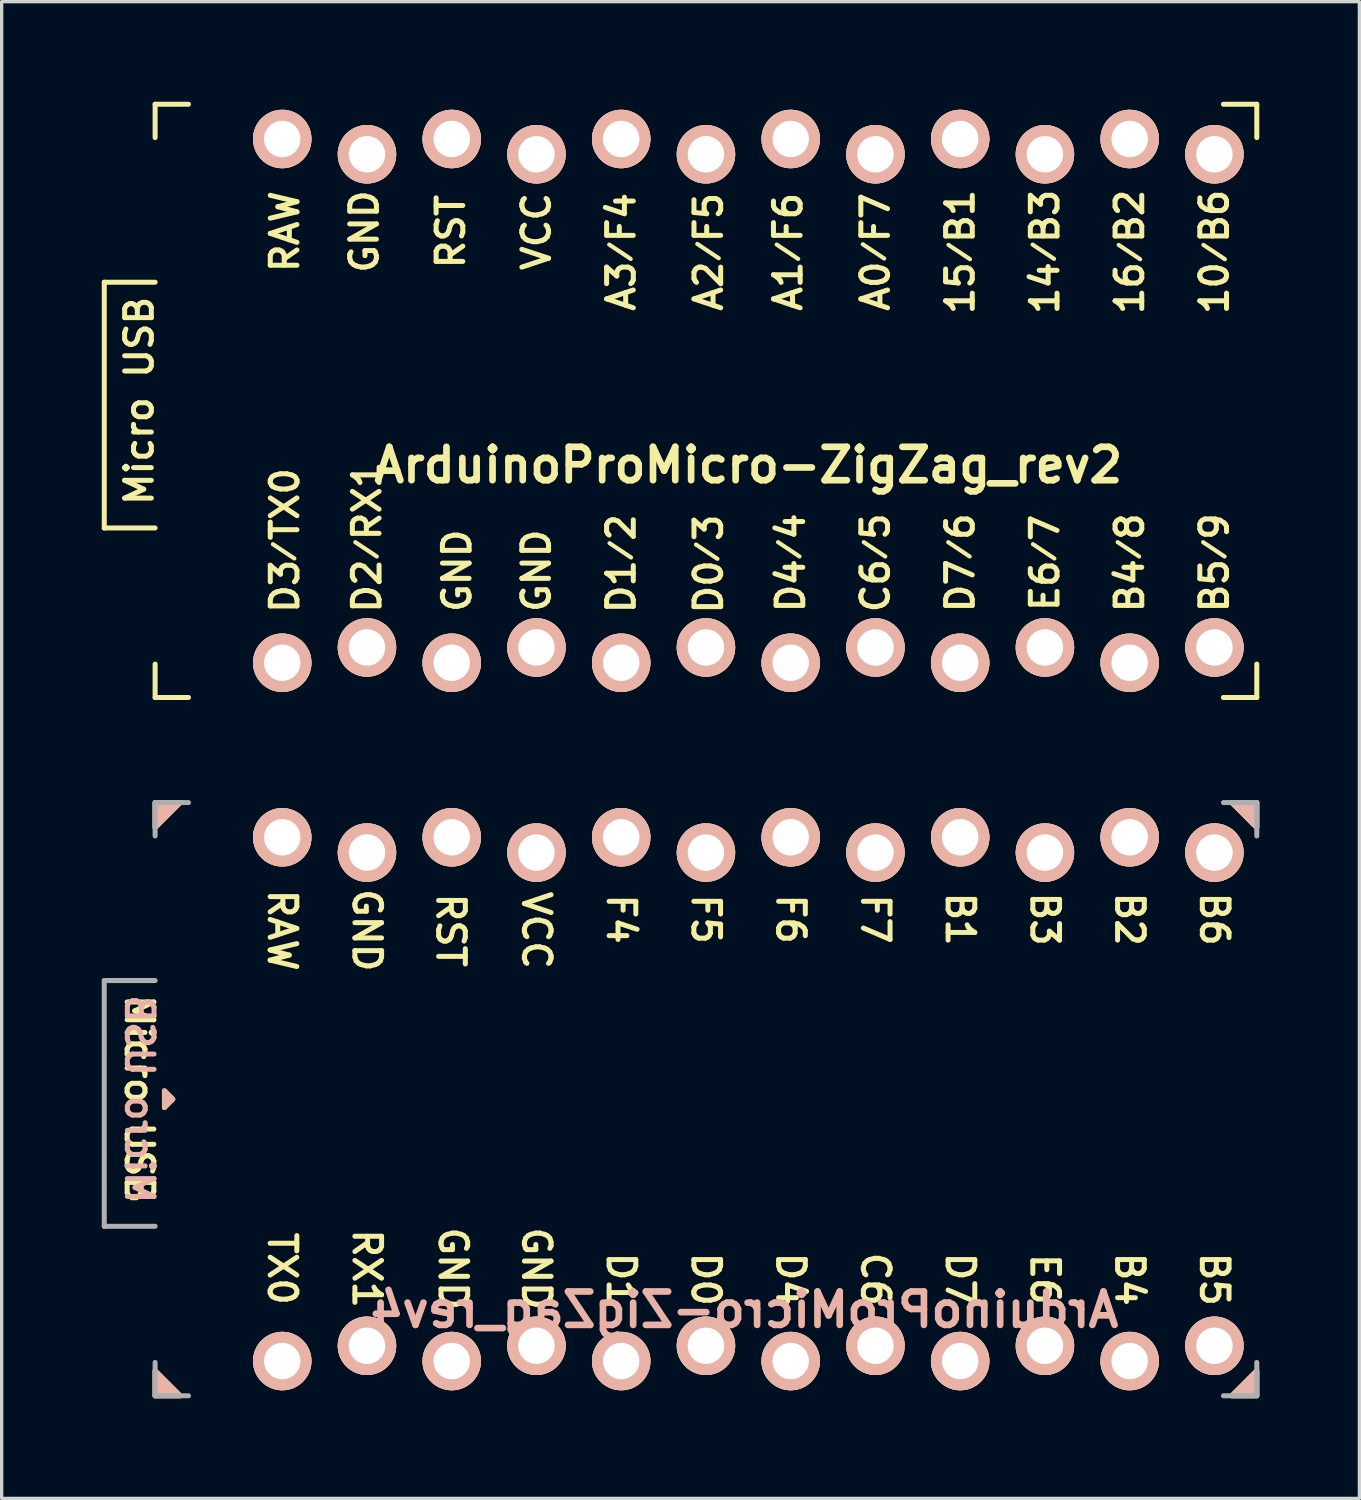
<source format=kicad_pcb>
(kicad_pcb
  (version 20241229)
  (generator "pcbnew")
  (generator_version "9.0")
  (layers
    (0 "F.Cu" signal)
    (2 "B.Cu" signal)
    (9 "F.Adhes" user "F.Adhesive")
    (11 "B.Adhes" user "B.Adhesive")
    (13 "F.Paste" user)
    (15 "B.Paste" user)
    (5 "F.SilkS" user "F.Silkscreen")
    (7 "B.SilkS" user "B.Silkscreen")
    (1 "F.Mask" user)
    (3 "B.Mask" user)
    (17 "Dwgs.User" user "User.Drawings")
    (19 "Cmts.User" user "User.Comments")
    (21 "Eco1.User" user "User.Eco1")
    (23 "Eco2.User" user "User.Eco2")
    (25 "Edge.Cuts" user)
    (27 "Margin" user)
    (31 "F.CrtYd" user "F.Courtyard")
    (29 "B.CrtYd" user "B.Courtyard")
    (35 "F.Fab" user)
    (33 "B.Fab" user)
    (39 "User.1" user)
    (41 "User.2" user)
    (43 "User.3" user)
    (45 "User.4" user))
  (footprint "ArduinoProMicro-ZigZag_rev4"
    (layer "F.Cu")
    (at 19.379 29.895)
    (property "Reference" "ArduinoProMicro-ZigZag_rev4" (at -0.118 6.312 0) (layer "B.SilkS") (effects (font (size 1 1) (thickness 0.2)) (justify mirror)))
    (attr through_hole)
    (fp_poly (pts (xy -17.78 -8.89) (xy -17.78 -8.14) (xy -17.03 -8.89)) (stroke (width 0.15) (type solid)) (fill yes) (layer "F.SilkS"))
    (fp_poly (pts (xy -17.78 8.89) (xy -17.78 8.14) (xy -17.03 8.89)) (stroke (width 0.15) (type solid)) (fill yes) (layer "F.SilkS"))
    (fp_poly (pts (xy -17.5 -0.25) (xy -17.5 0.25) (xy -17.25 0)) (stroke (width 0.15) (type solid)) (fill yes) (layer "F.SilkS"))
    (fp_poly (pts (xy 14.49 -8.89) (xy 15.24 -8.89) (xy 15.24 -8.14)) (stroke (width 0.15) (type solid)) (fill yes) (layer "F.SilkS"))
    (fp_poly (pts (xy 15.24 8.14) (xy 15.24 8.89) (xy 14.49 8.89)) (stroke (width 0.15) (type solid)) (fill yes) (layer "F.SilkS"))
    (fp_poly (pts (xy -17.78 -8.89) (xy -17.78 -8.14) (xy -17.03 -8.89)) (stroke (width 0.15) (type solid)) (fill yes) (layer "B.SilkS"))
    (fp_poly (pts (xy -17.78 8.14) (xy -17.78 8.89) (xy -17.03 8.89)) (stroke (width 0.15) (type solid)) (fill yes) (layer "B.SilkS"))
    (fp_poly (pts (xy -17.5 -0.25) (xy -17.5 0.25) (xy -17.25 0)) (stroke (width 0.15) (type solid)) (fill yes) (layer "B.SilkS"))
    (fp_poly (pts (xy 15.24 -8.89) (xy 15.24 -8.14) (xy 14.49 -8.89)) (stroke (width 0.15) (type solid)) (fill yes) (layer "B.SilkS"))
    (fp_poly (pts (xy 15.24 8.14) (xy 15.24 8.89) (xy 14.49 8.89)) (stroke (width 0.15) (type solid)) (fill yes) (layer "B.SilkS"))
    (fp_line (start -19.304 -3.556) (end -17.78 -3.556) (stroke (width 0.15) (type solid)) (layer "F.Fab"))
    (fp_line (start -19.304 3.81) (end -19.304 -3.556) (stroke (width 0.15) (type solid)) (layer "F.Fab"))
    (fp_line (start -17.78 -8.89) (end -17.78 -7.89) (stroke (width 0.15) (type solid)) (layer "F.Fab"))
    (fp_line (start -17.78 -8.89) (end -16.78 -8.89) (stroke (width 0.15) (type solid)) (layer "F.Fab"))
    (fp_line (start -17.78 3.81) (end -19.304 3.81) (stroke (width 0.15) (type solid)) (layer "F.Fab"))
    (fp_line (start -17.78 7.89) (end -17.78 8.89) (stroke (width 0.15) (type solid)) (layer "F.Fab"))
    (fp_line (start -17.78 8.89) (end -16.78 8.89) (stroke (width 0.15) (type solid)) (layer "F.Fab"))
    (fp_line (start 15.24 -8.89) (end 14.24 -8.89) (stroke (width 0.15) (type solid)) (layer "F.Fab"))
    (fp_line (start 15.24 -8.89) (end 15.24 -7.89) (stroke (width 0.15) (type solid)) (layer "F.Fab"))
    (fp_line (start 15.24 8.89) (end 14.24 8.89) (stroke (width 0.15) (type solid)) (layer "F.Fab"))
    (fp_line (start 15.24 8.89) (end 15.24 7.89) (stroke (width 0.15) (type solid)) (layer "F.Fab"))
    (fp_text user "F4" (at -3.81 -5.397 270) (unlocked yes) (layer "F.SilkS") (effects (font (size 0.8 0.8) (thickness 0.15))))
    (fp_text user "F6" (at 1.27 -5.397 270) (unlocked yes) (layer "F.SilkS") (effects (font (size 0.8 0.8) (thickness 0.15))))
    (fp_text user "B6" (at 13.97 -5.397 270) (unlocked yes) (layer "F.SilkS") (effects (font (size 0.8 0.8) (thickness 0.15))))
    (fp_text user "GND" (at -11.43 -5.062 270) (unlocked yes) (layer "F.SilkS") (effects (font (size 0.8 0.8) (thickness 0.15))))
    (fp_text user "B2" (at 11.43 -5.397 270) (unlocked yes) (layer "F.SilkS") (effects (font (size 0.8 0.8) (thickness 0.15))))
    (fp_text user "GND" (at -6.35 5.08 270) (unlocked yes) (layer "F.SilkS") (effects (font (size 0.8 0.8) (thickness 0.15))))
    (fp_text user "GND" (at -8.849 5.08 270) (unlocked yes) (layer "F.SilkS") (effects (font (size 0.8 0.8) (thickness 0.15))))
    (fp_text user "RX1" (at -11.43 5.08 270) (unlocked yes) (layer "F.SilkS") (effects (font (size 0.8 0.8) (thickness 0.15))))
    (fp_text user "D1" (at -3.81 5.397 270) (unlocked yes) (layer "F.SilkS") (effects (font (size 0.8 0.8) (thickness 0.15))))
    (fp_text user "D0" (at -1.27 5.397 270) (unlocked yes) (layer "F.SilkS") (effects (font (size 0.8 0.8) (thickness 0.15))))
    (fp_text user "VCC" (at -6.35 -5.062 270) (unlocked yes) (layer "F.SilkS") (effects (font (size 0.8 0.8) (thickness 0.15))))
    (fp_text user "RST" (at -8.92 -5.062 270) (unlocked yes) (layer "F.SilkS") (effects (font (size 0.8 0.8) (thickness 0.15))))
    (fp_text user "E6" (at 8.89 5.397 270) (unlocked yes) (layer "F.SilkS") (effects (font (size 0.8 0.8) (thickness 0.15))))
    (fp_text user "C6" (at 3.81 5.397 270) (unlocked yes) (layer "F.SilkS") (effects (font (size 0.8 0.8) (thickness 0.15))))
    (fp_text user "B1" (at 6.35 -5.397 270) (unlocked yes) (layer "F.SilkS") (effects (font (size 0.8 0.8) (thickness 0.15))))
    (fp_text user "RAW" (at -13.97 -5.062 270) (unlocked yes) (layer "F.SilkS") (effects (font (size 0.8 0.8) (thickness 0.15))))
    (fp_text user "D4" (at 1.27 5.397 270) (unlocked yes) (layer "F.SilkS") (effects (font (size 0.8 0.8) (thickness 0.15))))
    (fp_text user "B4" (at 11.43 5.397 270) (unlocked yes) (layer "F.SilkS") (effects (font (size 0.8 0.8) (thickness 0.15))))
    (fp_text user "F7" (at 3.81 -5.397 270) (unlocked yes) (layer "F.SilkS") (effects (font (size 0.8 0.8) (thickness 0.15))))
    (fp_text user "F5" (at -1.27 -5.397 270) (unlocked yes) (layer "F.SilkS") (effects (font (size 0.8 0.8) (thickness 0.15))))
    (fp_text user "D7" (at 6.35 5.397 270) (unlocked yes) (layer "F.SilkS") (effects (font (size 0.8 0.8) (thickness 0.15))))
    (fp_text user "TX0" (at -13.97 5.08 270) (unlocked yes) (layer "F.SilkS") (effects (font (size 0.8 0.8) (thickness 0.15))))
    (fp_text user "Micro USB" (at -18.256 0 270) (unlocked yes) (layer "F.SilkS") (effects (font (size 0.8 0.8) (thickness 0.15))))
    (fp_text user "B3" (at 8.89 -5.397 270) (unlocked yes) (layer "F.SilkS") (effects (font (size 0.8 0.8) (thickness 0.15))))
    (fp_text user "B5" (at 13.97 5.397 270) (unlocked yes) (layer "F.SilkS") (effects (font (size 0.8 0.8) (thickness 0.15))))
    (fp_text user "Micro USB" (at -18.25 0 270) (unlocked yes) (layer "B.SilkS") (effects (font (size 0.8 0.8) (thickness 0.15)) (justify mirror)))
    (pad "1" thru_hole circle (at -13.97 7.849) (size 1.753 1.753) (drill 1.092) (layers "*.Cu" "*.SilkS" "*.Mask"))
    (pad "2" thru_hole circle (at -11.43 7.391) (size 1.753 1.753) (drill 1.092) (layers "*.Cu" "*.SilkS" "*.Mask"))
    (pad "3" thru_hole circle (at -8.89 7.849) (size 1.753 1.753) (drill 1.092) (layers "*.Cu" "*.SilkS" "*.Mask"))
    (pad "4" thru_hole circle (at -6.35 7.391) (size 1.753 1.753) (drill 1.092) (layers "*.Cu" "*.SilkS" "*.Mask"))
    (pad "5" thru_hole circle (at -3.81 7.849) (size 1.753 1.753) (drill 1.092) (layers "*.Cu" "*.SilkS" "*.Mask"))
    (pad "6" thru_hole circle (at -1.27 7.391) (size 1.753 1.753) (drill 1.092) (layers "*.Cu" "*.SilkS" "*.Mask"))
    (pad "7" thru_hole circle (at 1.27 7.849) (size 1.753 1.753) (drill 1.092) (layers "*.Cu" "*.SilkS" "*.Mask"))
    (pad "8" thru_hole circle (at 3.81 7.391) (size 1.753 1.753) (drill 1.092) (layers "*.Cu" "*.SilkS" "*.Mask"))
    (pad "9" thru_hole circle (at 6.35 7.849) (size 1.753 1.753) (drill 1.092) (layers "*.Cu" "*.SilkS" "*.Mask"))
    (pad "10" thru_hole circle (at 8.89 7.391) (size 1.753 1.753) (drill 1.092) (layers "*.Cu" "*.SilkS" "*.Mask"))
    (pad "11" thru_hole circle (at 11.43 7.849) (size 1.753 1.753) (drill 1.092) (layers "*.Cu" "*.SilkS" "*.Mask"))
    (pad "12" thru_hole circle (at 13.97 7.391) (size 1.753 1.753) (drill 1.092) (layers "*.Cu" "*.SilkS" "*.Mask"))
    (pad "13" thru_hole circle (at 13.97 -7.391) (size 1.753 1.753) (drill 1.092) (layers "*.Cu" "*.SilkS" "*.Mask"))
    (pad "14" thru_hole circle (at 11.43 -7.849) (size 1.753 1.753) (drill 1.092) (layers "*.Cu" "*.SilkS" "*.Mask"))
    (pad "15" thru_hole circle (at 8.89 -7.391) (size 1.753 1.753) (drill 1.092) (layers "*.Cu" "*.SilkS" "*.Mask"))
    (pad "16" thru_hole circle (at 6.35 -7.849) (size 1.753 1.753) (drill 1.092) (layers "*.Cu" "*.SilkS" "*.Mask"))
    (pad "17" thru_hole circle (at 3.81 -7.391) (size 1.753 1.753) (drill 1.092) (layers "*.Cu" "*.SilkS" "*.Mask"))
    (pad "18" thru_hole circle (at 1.27 -7.849) (size 1.753 1.753) (drill 1.092) (layers "*.Cu" "*.SilkS" "*.Mask"))
    (pad "19" thru_hole circle (at -1.27 -7.391) (size 1.753 1.753) (drill 1.092) (layers "*.Cu" "*.SilkS" "*.Mask"))
    (pad "20" thru_hole circle (at -3.81 -7.849) (size 1.753 1.753) (drill 1.092) (layers "*.Cu" "*.SilkS" "*.Mask"))
    (pad "21" thru_hole circle (at -6.35 -7.391) (size 1.753 1.753) (drill 1.092) (layers "*.Cu" "*.SilkS" "*.Mask"))
    (pad "22" thru_hole circle (at -8.89 -7.849) (size 1.753 1.753) (drill 1.092) (layers "*.Cu" "*.SilkS" "*.Mask"))
    (pad "23" thru_hole circle (at -11.43 -7.391) (size 1.753 1.753) (drill 1.092) (layers "*.Cu" "*.SilkS" "*.Mask"))
    (pad "24" thru_hole circle (at -13.97 -7.849) (size 1.753 1.753) (drill 1.092) (layers "*.Cu" "*.SilkS" "*.Mask")))
  (footprint "ArduinoProMicro-ZigZag_rev2"
    (layer "F.Cu")
    (at 19.379 8.965)
    (property "Reference" "ArduinoProMicro-ZigZag_rev2" (at 0 1.925 0) (layer "F.SilkS") (effects (font (size 1 1) (thickness 0.2))))
    (attr through_hole)
    (fp_line (start -19.304 -3.556) (end -17.78 -3.556) (stroke (width 0.15) (type solid)) (layer "F.SilkS"))
    (fp_line (start -19.304 3.81) (end -19.304 -3.556) (stroke (width 0.15) (type solid)) (layer "F.SilkS"))
    (fp_line (start -17.78 -8.89) (end -17.78 -7.89) (stroke (width 0.15) (type solid)) (layer "F.SilkS"))
    (fp_line (start -17.78 -8.89) (end -16.78 -8.89) (stroke (width 0.15) (type solid)) (layer "F.SilkS"))
    (fp_line (start -17.78 3.81) (end -19.304 3.81) (stroke (width 0.15) (type solid)) (layer "F.SilkS"))
    (fp_line (start -17.78 7.89) (end -17.78 8.89) (stroke (width 0.15) (type solid)) (layer "F.SilkS"))
    (fp_line (start -17.78 8.89) (end -16.78 8.89) (stroke (width 0.15) (type solid)) (layer "F.SilkS"))
    (fp_line (start 15.24 -8.89) (end 14.24 -8.89) (stroke (width 0.15) (type solid)) (layer "F.SilkS"))
    (fp_line (start 15.24 -8.89) (end 15.24 -7.89) (stroke (width 0.15) (type solid)) (layer "F.SilkS"))
    (fp_line (start 15.24 8.89) (end 14.24 8.89) (stroke (width 0.15) (type solid)) (layer "F.SilkS"))
    (fp_line (start 15.24 8.89) (end 15.24 7.89) (stroke (width 0.15) (type solid)) (layer "F.SilkS"))
    (fp_text user "GND    " (at -8.731 3.872 90) (layer "F.SilkS") (effects (font (size 0.8 0.8) (thickness 0.15))))
    (fp_text user "D7 6    " (at 6.35 3.635 90) (layer "F.SilkS") (effects (font (size 0.8 0.8) (thickness 0.15))))
    (fp_text user "D4 4    " (at 1.27 3.635 90) (layer "F.SilkS") (effects (font (size 0.8 0.8) (thickness 0.15))))
    (fp_text user "A3 F4" (at -3.81 -4.466 90) (layer "F.SilkS") (effects (font (size 0.8 0.8) (thickness 0.15))))
    (fp_text user "/" (at 6.29 4.45 90) (layer "F.SilkS") (effects (font (size 0.5 0.5) (thickness 0.125))))
    (fp_text user "  GND" (at -11.509 -4.466 90) (layer "F.SilkS") (effects (font (size 0.8 0.8) (thickness 0.15))))
    (fp_text user "B5 9    " (at 13.97 3.635 90) (layer "F.SilkS") (effects (font (size 0.8 0.8) (thickness 0.15))))
    (fp_text user "E6 7    " (at 8.89 3.635 90) (layer "F.SilkS") (effects (font (size 0.8 0.8) (thickness 0.15))))
    (fp_text user "/" (at 3.73 -4.48 90) (layer "F.SilkS") (effects (font (size 0.5 0.5) (thickness 0.125))))
    (fp_text user "  RST" (at -8.92 -4.466 90) (layer "F.SilkS") (effects (font (size 0.8 0.8) (thickness 0.15))))
    (fp_text user "/" (at -3.87 -4.47 90) (layer "F.SilkS") (effects (font (size 0.5 0.5) (thickness 0.125))))
    (fp_text user "D0 3" (at -1.191 4.89 90) (layer "F.SilkS") (effects (font (size 0.8 0.8) (thickness 0.15))))
    (fp_text user "D2 RX1  " (at -11.43 3.475 90) (layer "F.SilkS") (effects (font (size 0.8 0.8) (thickness 0.15))))
    (fp_text user "  RAW" (at -13.891 -4.466 90) (layer "F.SilkS") (effects (font (size 0.8 0.8) (thickness 0.15))))
    (fp_text user "D3 TX0  " (at -13.891 3.575 90) (layer "F.SilkS") (effects (font (size 0.8 0.8) (thickness 0.15))))
    (fp_text user "/" (at 8.83 4.51 90) (layer "F.SilkS") (effects (font (size 0.5 0.5) (thickness 0.125))))
    (fp_text user "  VCC" (at -6.35 -4.466 90) (layer "F.SilkS") (effects (font (size 0.8 0.8) (thickness 0.15))))
    (fp_text user "/" (at 11.37 4.45 90) (layer "F.SilkS") (effects (font (size 0.5 0.5) (thickness 0.125))))
    (fp_text user "/" (at 6.3 -4.46 90) (layer "F.SilkS") (effects (font (size 0.5 0.5) (thickness 0.125))))
    (fp_text user "A2 F5" (at -1.191 -4.466 90) (layer "F.SilkS") (effects (font (size 0.8 0.8) (thickness 0.15))))
    (fp_text user "/" (at 13.94 -4.46 90) (layer "F.SilkS") (effects (font (size 0.5 0.5) (thickness 0.125))))
    (fp_text user "C6 5    " (at 3.81 3.635 90) (layer "F.SilkS") (effects (font (size 0.8 0.8) (thickness 0.15))))
    (fp_text user "A1 F6" (at 1.191 -4.466 90) (layer "F.SilkS") (effects (font (size 0.8 0.8) (thickness 0.15))))
    (fp_text user "Micro USB" (at -18.256 0 90) (layer "F.SilkS") (effects (font (size 0.8 0.8) (thickness 0.15))))
    (fp_text user "/" (at -3.86 4.48 90) (layer "F.SilkS") (effects (font (size 0.5 0.5) (thickness 0.125))))
    (fp_text user "GND    " (at -6.35 3.872 90) (layer "F.SilkS") (effects (font (size 0.8 0.8) (thickness 0.15))))
    (fp_text user "/" (at -1.23 -4.49 90) (layer "F.SilkS") (effects (font (size 0.5 0.5) (thickness 0.125))))
    (fp_text user "/" (at 13.93 4.45 90) (layer "F.SilkS") (effects (font (size 0.5 0.5) (thickness 0.125))))
    (fp_text user "D1 2" (at -3.81 4.88 90) (layer "F.SilkS") (effects (font (size 0.8 0.8) (thickness 0.15))))
    (fp_text user "/" (at 3.76 4.45 90) (layer "F.SilkS") (effects (font (size 0.5 0.5) (thickness 0.125))))
    (fp_text user "B4 8    " (at 11.43 3.635 90) (layer "F.SilkS") (effects (font (size 0.8 0.8) (thickness 0.15))))
    (fp_text user "A0 F7" (at 3.81 -4.466 90) (layer "F.SilkS") (effects (font (size 0.8 0.8) (thickness 0.15))))
    (fp_text user "/" (at -11.48 4.45 90) (layer "F.SilkS") (effects (font (size 0.5 0.5) (thickness 0.125))))
    (fp_text user "16 B2" (at 11.43 -4.466 90) (layer "F.SilkS") (effects (font (size 0.8 0.8) (thickness 0.15))))
    (fp_text user "14 B3" (at 8.89 -4.466 90) (layer "F.SilkS") (effects (font (size 0.8 0.8) (thickness 0.15))))
    (fp_text user "/" (at 8.82 -4.47 90) (layer "F.SilkS") (effects (font (size 0.5 0.5) (thickness 0.125))))
    (fp_text user "/" (at 1.15 -4.47 90) (layer "F.SilkS") (effects (font (size 0.5 0.5) (thickness 0.125))))
    (fp_text user "/" (at 1.19 4.45 90) (layer "F.SilkS") (effects (font (size 0.5 0.5) (thickness 0.125))))
    (fp_text user "/" (at -1.27 4.52 90) (layer "F.SilkS") (effects (font (size 0.5 0.5) (thickness 0.125))))
    (fp_text user "10 B6" (at 13.97 -4.466 90) (layer "F.SilkS") (effects (font (size 0.8 0.8) (thickness 0.15))))
    (fp_text user "/" (at -13.95 4.51 90) (layer "F.SilkS") (effects (font (size 0.5 0.5) (thickness 0.125))))
    (fp_text user "/" (at 11.4 -4.46 90) (layer "F.SilkS") (effects (font (size 0.5 0.5) (thickness 0.125))))
    (fp_text user "15 B1" (at 6.35 -4.466 90) (layer "F.SilkS") (effects (font (size 0.8 0.8) (thickness 0.15))))
    (pad "1" thru_hole circle (at -13.97 7.849) (size 1.753 1.753) (drill 1.092) (layers "*.Cu" "*.SilkS" "*.Mask"))
    (pad "2" thru_hole circle (at -11.43 7.391) (size 1.753 1.753) (drill 1.092) (layers "*.Cu" "*.SilkS" "*.Mask"))
    (pad "3" thru_hole circle (at -8.89 7.849) (size 1.753 1.753) (drill 1.092) (layers "*.Cu" "*.SilkS" "*.Mask"))
    (pad "4" thru_hole circle (at -6.35 7.391) (size 1.753 1.753) (drill 1.092) (layers "*.Cu" "*.SilkS" "*.Mask"))
    (pad "5" thru_hole circle (at -3.81 7.849) (size 1.753 1.753) (drill 1.092) (layers "*.Cu" "*.SilkS" "*.Mask"))
    (pad "6" thru_hole circle (at -1.27 7.391) (size 1.753 1.753) (drill 1.092) (layers "*.Cu" "*.SilkS" "*.Mask"))
    (pad "7" thru_hole circle (at 1.27 7.849) (size 1.753 1.753) (drill 1.092) (layers "*.Cu" "*.SilkS" "*.Mask"))
    (pad "8" thru_hole circle (at 3.81 7.391) (size 1.753 1.753) (drill 1.092) (layers "*.Cu" "*.SilkS" "*.Mask"))
    (pad "9" thru_hole circle (at 6.35 7.849) (size 1.753 1.753) (drill 1.092) (layers "*.Cu" "*.SilkS" "*.Mask"))
    (pad "10" thru_hole circle (at 8.89 7.391) (size 1.753 1.753) (drill 1.092) (layers "*.Cu" "*.SilkS" "*.Mask"))
    (pad "11" thru_hole circle (at 11.43 7.849) (size 1.753 1.753) (drill 1.092) (layers "*.Cu" "*.SilkS" "*.Mask"))
    (pad "12" thru_hole circle (at 13.97 7.391) (size 1.753 1.753) (drill 1.092) (layers "*.Cu" "*.SilkS" "*.Mask"))
    (pad "13" thru_hole circle (at 13.97 -7.391) (size 1.753 1.753) (drill 1.092) (layers "*.Cu" "*.SilkS" "*.Mask"))
    (pad "14" thru_hole circle (at 11.43 -7.849) (size 1.753 1.753) (drill 1.092) (layers "*.Cu" "*.SilkS" "*.Mask"))
    (pad "15" thru_hole circle (at 8.89 -7.391) (size 1.753 1.753) (drill 1.092) (layers "*.Cu" "*.SilkS" "*.Mask"))
    (pad "16" thru_hole circle (at 6.35 -7.849) (size 1.753 1.753) (drill 1.092) (layers "*.Cu" "*.SilkS" "*.Mask"))
    (pad "17" thru_hole circle (at 3.81 -7.391) (size 1.753 1.753) (drill 1.092) (layers "*.Cu" "*.SilkS" "*.Mask"))
    (pad "18" thru_hole circle (at 1.27 -7.849) (size 1.753 1.753) (drill 1.092) (layers "*.Cu" "*.SilkS" "*.Mask"))
    (pad "19" thru_hole circle (at -1.27 -7.391) (size 1.753 1.753) (drill 1.092) (layers "*.Cu" "*.SilkS" "*.Mask"))
    (pad "20" thru_hole circle (at -3.81 -7.849) (size 1.753 1.753) (drill 1.092) (layers "*.Cu" "*.SilkS" "*.Mask"))
    (pad "21" thru_hole circle (at -6.35 -7.391) (size 1.753 1.753) (drill 1.092) (layers "*.Cu" "*.SilkS" "*.Mask"))
    (pad "22" thru_hole circle (at -8.89 -7.849) (size 1.753 1.753) (drill 1.092) (layers "*.Cu" "*.SilkS" "*.Mask"))
    (pad "23" thru_hole circle (at -11.43 -7.391) (size 1.753 1.753) (drill 1.092) (layers "*.Cu" "*.SilkS" "*.Mask"))
    (pad "24" thru_hole circle (at -13.97 -7.849) (size 1.753 1.753) (drill 1.092) (layers "*.Cu" "*.SilkS" "*.Mask")))
  (gr_rect
    (start -3 -3)
    (end 37.694 41.86)
    (stroke (width 0.1) (type default))
    (fill no)
    (layer "Edge.Cuts")))
</source>
